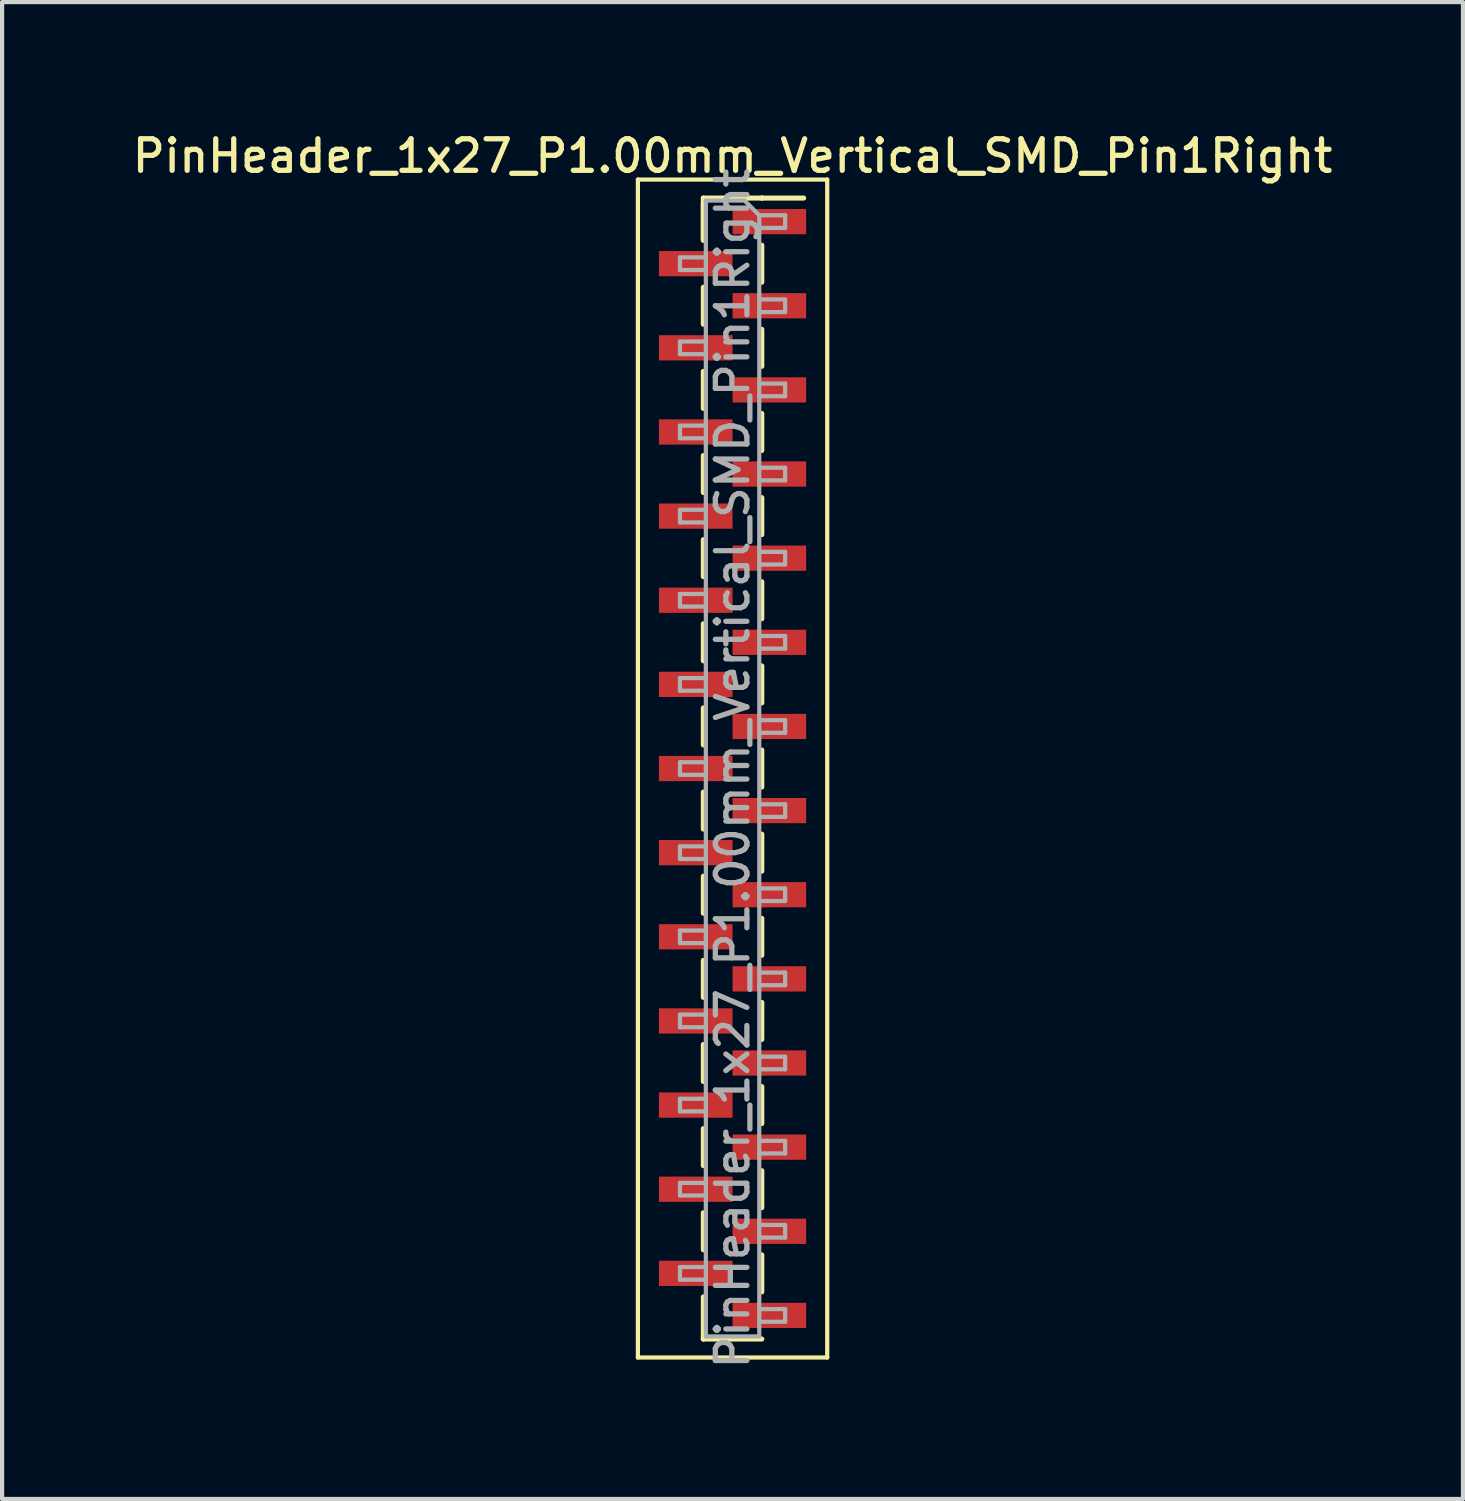
<source format=kicad_pcb>
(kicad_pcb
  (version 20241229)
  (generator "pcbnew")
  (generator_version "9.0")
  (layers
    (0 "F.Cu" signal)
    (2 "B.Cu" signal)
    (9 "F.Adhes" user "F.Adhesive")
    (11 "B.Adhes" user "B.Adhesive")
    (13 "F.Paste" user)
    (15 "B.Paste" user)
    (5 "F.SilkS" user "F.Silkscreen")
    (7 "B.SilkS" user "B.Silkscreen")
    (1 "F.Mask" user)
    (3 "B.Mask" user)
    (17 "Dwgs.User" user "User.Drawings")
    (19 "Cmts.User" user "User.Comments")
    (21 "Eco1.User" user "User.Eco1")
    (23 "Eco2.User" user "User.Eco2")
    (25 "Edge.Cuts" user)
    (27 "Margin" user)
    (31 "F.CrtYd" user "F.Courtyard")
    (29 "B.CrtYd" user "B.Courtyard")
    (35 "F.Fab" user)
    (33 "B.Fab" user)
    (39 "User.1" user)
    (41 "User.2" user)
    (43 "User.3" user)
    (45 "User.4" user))
  (footprint "PinHeader_1x27_P1.00mm_Vertical_SMD_Pin1Right"
    (layer "F.Cu")
    (at 14.363 15.218)
    (property "Reference" "PinHeader_1x27_P1.00mm_Vertical_SMD_Pin1Right" (at 0 -14.56 0) (layer "F.SilkS") (effects (font (size 0.75 0.75) (thickness 0.125))))
    (attr smd)
    (fp_line (start -2.25 -14) (end -2.25 14) (stroke (width 0.1) (type solid)) (layer "F.SilkS"))
    (fp_line (start -2.25 14) (end 2.25 14) (stroke (width 0.1) (type solid)) (layer "F.SilkS"))
    (fp_line (start -0.695 -13.56) (end -0.695 -12.56) (stroke (width 0.12) (type solid)) (layer "F.SilkS"))
    (fp_line (start -0.695 -13.56) (end 0.695 -13.56) (stroke (width 0.12) (type solid)) (layer "F.SilkS"))
    (fp_line (start -0.695 -13.44) (end -0.695 -12.56) (stroke (width 0.12) (type solid)) (layer "F.SilkS"))
    (fp_line (start -0.695 -11.44) (end -0.695 -10.56) (stroke (width 0.12) (type solid)) (layer "F.SilkS"))
    (fp_line (start -0.695 -9.44) (end -0.695 -8.56) (stroke (width 0.12) (type solid)) (layer "F.SilkS"))
    (fp_line (start -0.695 -7.44) (end -0.695 -6.56) (stroke (width 0.12) (type solid)) (layer "F.SilkS"))
    (fp_line (start -0.695 -5.44) (end -0.695 -4.56) (stroke (width 0.12) (type solid)) (layer "F.SilkS"))
    (fp_line (start -0.695 -3.44) (end -0.695 -2.56) (stroke (width 0.12) (type solid)) (layer "F.SilkS"))
    (fp_line (start -0.695 -1.44) (end -0.695 -0.56) (stroke (width 0.12) (type solid)) (layer "F.SilkS"))
    (fp_line (start -0.695 0.56) (end -0.695 1.44) (stroke (width 0.12) (type solid)) (layer "F.SilkS"))
    (fp_line (start -0.695 2.56) (end -0.695 3.44) (stroke (width 0.12) (type solid)) (layer "F.SilkS"))
    (fp_line (start -0.695 4.56) (end -0.695 5.44) (stroke (width 0.12) (type solid)) (layer "F.SilkS"))
    (fp_line (start -0.695 6.56) (end -0.695 7.44) (stroke (width 0.12) (type solid)) (layer "F.SilkS"))
    (fp_line (start -0.695 8.56) (end -0.695 9.44) (stroke (width 0.12) (type solid)) (layer "F.SilkS"))
    (fp_line (start -0.695 10.56) (end -0.695 11.44) (stroke (width 0.12) (type solid)) (layer "F.SilkS"))
    (fp_line (start -0.695 12.56) (end -0.695 13.56) (stroke (width 0.12) (type solid)) (layer "F.SilkS"))
    (fp_line (start -0.695 13.56) (end -0.695 13.56) (stroke (width 0.12) (type solid)) (layer "F.SilkS"))
    (fp_line (start -0.695 13.56) (end 0.695 13.56) (stroke (width 0.12) (type solid)) (layer "F.SilkS"))
    (fp_line (start 0.695 -13.56) (end 0.695 -13.56) (stroke (width 0.12) (type solid)) (layer "F.SilkS"))
    (fp_line (start 0.695 -13.56) (end 1.69 -13.56) (stroke (width 0.12) (type solid)) (layer "F.SilkS"))
    (fp_line (start 0.695 -12.44) (end 0.695 -11.56) (stroke (width 0.12) (type solid)) (layer "F.SilkS"))
    (fp_line (start 0.695 -10.44) (end 0.695 -9.56) (stroke (width 0.12) (type solid)) (layer "F.SilkS"))
    (fp_line (start 0.695 -8.44) (end 0.695 -7.56) (stroke (width 0.12) (type solid)) (layer "F.SilkS"))
    (fp_line (start 0.695 -6.44) (end 0.695 -5.56) (stroke (width 0.12) (type solid)) (layer "F.SilkS"))
    (fp_line (start 0.695 -4.44) (end 0.695 -3.56) (stroke (width 0.12) (type solid)) (layer "F.SilkS"))
    (fp_line (start 0.695 -2.44) (end 0.695 -1.56) (stroke (width 0.12) (type solid)) (layer "F.SilkS"))
    (fp_line (start 0.695 -0.44) (end 0.695 0.44) (stroke (width 0.12) (type solid)) (layer "F.SilkS"))
    (fp_line (start 0.695 1.56) (end 0.695 2.44) (stroke (width 0.12) (type solid)) (layer "F.SilkS"))
    (fp_line (start 0.695 3.56) (end 0.695 4.44) (stroke (width 0.12) (type solid)) (layer "F.SilkS"))
    (fp_line (start 0.695 5.56) (end 0.695 6.44) (stroke (width 0.12) (type solid)) (layer "F.SilkS"))
    (fp_line (start 0.695 7.56) (end 0.695 8.44) (stroke (width 0.12) (type solid)) (layer "F.SilkS"))
    (fp_line (start 0.695 9.56) (end 0.695 10.44) (stroke (width 0.12) (type solid)) (layer "F.SilkS"))
    (fp_line (start 0.695 11.56) (end 0.695 12.44) (stroke (width 0.12) (type solid)) (layer "F.SilkS"))
    (fp_line (start 2.25 -14) (end -2.25 -14) (stroke (width 0.1) (type solid)) (layer "F.SilkS"))
    (fp_line (start 2.25 14) (end 2.25 -14) (stroke (width 0.1) (type solid)) (layer "F.SilkS"))
    (fp_line (start -1.25 -12.15) (end -1.25 -11.85) (stroke (width 0.1) (type solid)) (layer "F.Fab"))
    (fp_line (start -1.25 -11.85) (end -0.635 -11.85) (stroke (width 0.1) (type solid)) (layer "F.Fab"))
    (fp_line (start -1.25 -10.15) (end -1.25 -9.85) (stroke (width 0.1) (type solid)) (layer "F.Fab"))
    (fp_line (start -1.25 -9.85) (end -0.635 -9.85) (stroke (width 0.1) (type solid)) (layer "F.Fab"))
    (fp_line (start -1.25 -8.15) (end -1.25 -7.85) (stroke (width 0.1) (type solid)) (layer "F.Fab"))
    (fp_line (start -1.25 -7.85) (end -0.635 -7.85) (stroke (width 0.1) (type solid)) (layer "F.Fab"))
    (fp_line (start -1.25 -6.15) (end -1.25 -5.85) (stroke (width 0.1) (type solid)) (layer "F.Fab"))
    (fp_line (start -1.25 -5.85) (end -0.635 -5.85) (stroke (width 0.1) (type solid)) (layer "F.Fab"))
    (fp_line (start -1.25 -4.15) (end -1.25 -3.85) (stroke (width 0.1) (type solid)) (layer "F.Fab"))
    (fp_line (start -1.25 -3.85) (end -0.635 -3.85) (stroke (width 0.1) (type solid)) (layer "F.Fab"))
    (fp_line (start -1.25 -2.15) (end -1.25 -1.85) (stroke (width 0.1) (type solid)) (layer "F.Fab"))
    (fp_line (start -1.25 -1.85) (end -0.635 -1.85) (stroke (width 0.1) (type solid)) (layer "F.Fab"))
    (fp_line (start -1.25 -0.15) (end -1.25 0.15) (stroke (width 0.1) (type solid)) (layer "F.Fab"))
    (fp_line (start -1.25 0.15) (end -0.635 0.15) (stroke (width 0.1) (type solid)) (layer "F.Fab"))
    (fp_line (start -1.25 1.85) (end -1.25 2.15) (stroke (width 0.1) (type solid)) (layer "F.Fab"))
    (fp_line (start -1.25 2.15) (end -0.635 2.15) (stroke (width 0.1) (type solid)) (layer "F.Fab"))
    (fp_line (start -1.25 3.85) (end -1.25 4.15) (stroke (width 0.1) (type solid)) (layer "F.Fab"))
    (fp_line (start -1.25 4.15) (end -0.635 4.15) (stroke (width 0.1) (type solid)) (layer "F.Fab"))
    (fp_line (start -1.25 5.85) (end -1.25 6.15) (stroke (width 0.1) (type solid)) (layer "F.Fab"))
    (fp_line (start -1.25 6.15) (end -0.635 6.15) (stroke (width 0.1) (type solid)) (layer "F.Fab"))
    (fp_line (start -1.25 7.85) (end -1.25 8.15) (stroke (width 0.1) (type solid)) (layer "F.Fab"))
    (fp_line (start -1.25 8.15) (end -0.635 8.15) (stroke (width 0.1) (type solid)) (layer "F.Fab"))
    (fp_line (start -1.25 9.85) (end -1.25 10.15) (stroke (width 0.1) (type solid)) (layer "F.Fab"))
    (fp_line (start -1.25 10.15) (end -0.635 10.15) (stroke (width 0.1) (type solid)) (layer "F.Fab"))
    (fp_line (start -1.25 11.85) (end -1.25 12.15) (stroke (width 0.1) (type solid)) (layer "F.Fab"))
    (fp_line (start -1.25 12.15) (end -0.635 12.15) (stroke (width 0.1) (type solid)) (layer "F.Fab"))
    (fp_line (start -0.635 -13.5) (end -0.635 13.5) (stroke (width 0.1) (type solid)) (layer "F.Fab"))
    (fp_line (start -0.635 -13.5) (end 0.285 -13.5) (stroke (width 0.1) (type solid)) (layer "F.Fab"))
    (fp_line (start -0.635 -12.15) (end -1.25 -12.15) (stroke (width 0.1) (type solid)) (layer "F.Fab"))
    (fp_line (start -0.635 -10.15) (end -1.25 -10.15) (stroke (width 0.1) (type solid)) (layer "F.Fab"))
    (fp_line (start -0.635 -8.15) (end -1.25 -8.15) (stroke (width 0.1) (type solid)) (layer "F.Fab"))
    (fp_line (start -0.635 -6.15) (end -1.25 -6.15) (stroke (width 0.1) (type solid)) (layer "F.Fab"))
    (fp_line (start -0.635 -4.15) (end -1.25 -4.15) (stroke (width 0.1) (type solid)) (layer "F.Fab"))
    (fp_line (start -0.635 -2.15) (end -1.25 -2.15) (stroke (width 0.1) (type solid)) (layer "F.Fab"))
    (fp_line (start -0.635 -0.15) (end -1.25 -0.15) (stroke (width 0.1) (type solid)) (layer "F.Fab"))
    (fp_line (start -0.635 1.85) (end -1.25 1.85) (stroke (width 0.1) (type solid)) (layer "F.Fab"))
    (fp_line (start -0.635 3.85) (end -1.25 3.85) (stroke (width 0.1) (type solid)) (layer "F.Fab"))
    (fp_line (start -0.635 5.85) (end -1.25 5.85) (stroke (width 0.1) (type solid)) (layer "F.Fab"))
    (fp_line (start -0.635 7.85) (end -1.25 7.85) (stroke (width 0.1) (type solid)) (layer "F.Fab"))
    (fp_line (start -0.635 9.85) (end -1.25 9.85) (stroke (width 0.1) (type solid)) (layer "F.Fab"))
    (fp_line (start -0.635 11.85) (end -1.25 11.85) (stroke (width 0.1) (type solid)) (layer "F.Fab"))
    (fp_line (start 0.635 -13.15) (end 0.285 -13.5) (stroke (width 0.1) (type solid)) (layer "F.Fab"))
    (fp_line (start 0.635 -13.15) (end 1.25 -13.15) (stroke (width 0.1) (type solid)) (layer "F.Fab"))
    (fp_line (start 0.635 -11.15) (end 1.25 -11.15) (stroke (width 0.1) (type solid)) (layer "F.Fab"))
    (fp_line (start 0.635 -9.15) (end 1.25 -9.15) (stroke (width 0.1) (type solid)) (layer "F.Fab"))
    (fp_line (start 0.635 -7.15) (end 1.25 -7.15) (stroke (width 0.1) (type solid)) (layer "F.Fab"))
    (fp_line (start 0.635 -5.15) (end 1.25 -5.15) (stroke (width 0.1) (type solid)) (layer "F.Fab"))
    (fp_line (start 0.635 -3.15) (end 1.25 -3.15) (stroke (width 0.1) (type solid)) (layer "F.Fab"))
    (fp_line (start 0.635 -1.15) (end 1.25 -1.15) (stroke (width 0.1) (type solid)) (layer "F.Fab"))
    (fp_line (start 0.635 0.85) (end 1.25 0.85) (stroke (width 0.1) (type solid)) (layer "F.Fab"))
    (fp_line (start 0.635 2.85) (end 1.25 2.85) (stroke (width 0.1) (type solid)) (layer "F.Fab"))
    (fp_line (start 0.635 4.85) (end 1.25 4.85) (stroke (width 0.1) (type solid)) (layer "F.Fab"))
    (fp_line (start 0.635 6.85) (end 1.25 6.85) (stroke (width 0.1) (type solid)) (layer "F.Fab"))
    (fp_line (start 0.635 8.85) (end 1.25 8.85) (stroke (width 0.1) (type solid)) (layer "F.Fab"))
    (fp_line (start 0.635 10.85) (end 1.25 10.85) (stroke (width 0.1) (type solid)) (layer "F.Fab"))
    (fp_line (start 0.635 12.85) (end 1.25 12.85) (stroke (width 0.1) (type solid)) (layer "F.Fab"))
    (fp_line (start 0.635 13.5) (end -0.635 13.5) (stroke (width 0.1) (type solid)) (layer "F.Fab"))
    (fp_line (start 0.635 13.5) (end 0.635 -13.15) (stroke (width 0.1) (type solid)) (layer "F.Fab"))
    (fp_line (start 1.25 -13.15) (end 1.25 -12.85) (stroke (width 0.1) (type solid)) (layer "F.Fab"))
    (fp_line (start 1.25 -12.85) (end 0.635 -12.85) (stroke (width 0.1) (type solid)) (layer "F.Fab"))
    (fp_line (start 1.25 -11.15) (end 1.25 -10.85) (stroke (width 0.1) (type solid)) (layer "F.Fab"))
    (fp_line (start 1.25 -10.85) (end 0.635 -10.85) (stroke (width 0.1) (type solid)) (layer "F.Fab"))
    (fp_line (start 1.25 -9.15) (end 1.25 -8.85) (stroke (width 0.1) (type solid)) (layer "F.Fab"))
    (fp_line (start 1.25 -8.85) (end 0.635 -8.85) (stroke (width 0.1) (type solid)) (layer "F.Fab"))
    (fp_line (start 1.25 -7.15) (end 1.25 -6.85) (stroke (width 0.1) (type solid)) (layer "F.Fab"))
    (fp_line (start 1.25 -6.85) (end 0.635 -6.85) (stroke (width 0.1) (type solid)) (layer "F.Fab"))
    (fp_line (start 1.25 -5.15) (end 1.25 -4.85) (stroke (width 0.1) (type solid)) (layer "F.Fab"))
    (fp_line (start 1.25 -4.85) (end 0.635 -4.85) (stroke (width 0.1) (type solid)) (layer "F.Fab"))
    (fp_line (start 1.25 -3.15) (end 1.25 -2.85) (stroke (width 0.1) (type solid)) (layer "F.Fab"))
    (fp_line (start 1.25 -2.85) (end 0.635 -2.85) (stroke (width 0.1) (type solid)) (layer "F.Fab"))
    (fp_line (start 1.25 -1.15) (end 1.25 -0.85) (stroke (width 0.1) (type solid)) (layer "F.Fab"))
    (fp_line (start 1.25 -0.85) (end 0.635 -0.85) (stroke (width 0.1) (type solid)) (layer "F.Fab"))
    (fp_line (start 1.25 0.85) (end 1.25 1.15) (stroke (width 0.1) (type solid)) (layer "F.Fab"))
    (fp_line (start 1.25 1.15) (end 0.635 1.15) (stroke (width 0.1) (type solid)) (layer "F.Fab"))
    (fp_line (start 1.25 2.85) (end 1.25 3.15) (stroke (width 0.1) (type solid)) (layer "F.Fab"))
    (fp_line (start 1.25 3.15) (end 0.635 3.15) (stroke (width 0.1) (type solid)) (layer "F.Fab"))
    (fp_line (start 1.25 4.85) (end 1.25 5.15) (stroke (width 0.1) (type solid)) (layer "F.Fab"))
    (fp_line (start 1.25 5.15) (end 0.635 5.15) (stroke (width 0.1) (type solid)) (layer "F.Fab"))
    (fp_line (start 1.25 6.85) (end 1.25 7.15) (stroke (width 0.1) (type solid)) (layer "F.Fab"))
    (fp_line (start 1.25 7.15) (end 0.635 7.15) (stroke (width 0.1) (type solid)) (layer "F.Fab"))
    (fp_line (start 1.25 8.85) (end 1.25 9.15) (stroke (width 0.1) (type solid)) (layer "F.Fab"))
    (fp_line (start 1.25 9.15) (end 0.635 9.15) (stroke (width 0.1) (type solid)) (layer "F.Fab"))
    (fp_line (start 1.25 10.85) (end 1.25 11.15) (stroke (width 0.1) (type solid)) (layer "F.Fab"))
    (fp_line (start 1.25 11.15) (end 0.635 11.15) (stroke (width 0.1) (type solid)) (layer "F.Fab"))
    (fp_line (start 1.25 12.85) (end 1.25 13.15) (stroke (width 0.1) (type solid)) (layer "F.Fab"))
    (fp_line (start 1.25 13.15) (end 0.635 13.15) (stroke (width 0.1) (type solid)) (layer "F.Fab"))
    (fp_text user "${REFERENCE}" (at 0 0 90) (layer "F.Fab") (effects (font (size 0.75 0.75) (thickness 0.125))))
    (pad "1" smd rect (at 0.875 -13) (size 1.75 0.6) (layers "F.Cu" "F.Mask" "F.Paste"))
    (pad "2" smd rect (at -0.875 -12) (size 1.75 0.6) (layers "F.Cu" "F.Mask" "F.Paste"))
    (pad "3" smd rect (at 0.875 -11) (size 1.75 0.6) (layers "F.Cu" "F.Mask" "F.Paste"))
    (pad "4" smd rect (at -0.875 -10) (size 1.75 0.6) (layers "F.Cu" "F.Mask" "F.Paste"))
    (pad "5" smd rect (at 0.875 -9) (size 1.75 0.6) (layers "F.Cu" "F.Mask" "F.Paste"))
    (pad "6" smd rect (at -0.875 -8) (size 1.75 0.6) (layers "F.Cu" "F.Mask" "F.Paste"))
    (pad "7" smd rect (at 0.875 -7) (size 1.75 0.6) (layers "F.Cu" "F.Mask" "F.Paste"))
    (pad "8" smd rect (at -0.875 -6) (size 1.75 0.6) (layers "F.Cu" "F.Mask" "F.Paste"))
    (pad "9" smd rect (at 0.875 -5) (size 1.75 0.6) (layers "F.Cu" "F.Mask" "F.Paste"))
    (pad "10" smd rect (at -0.875 -4) (size 1.75 0.6) (layers "F.Cu" "F.Mask" "F.Paste"))
    (pad "11" smd rect (at 0.875 -3) (size 1.75 0.6) (layers "F.Cu" "F.Mask" "F.Paste"))
    (pad "12" smd rect (at -0.875 -2) (size 1.75 0.6) (layers "F.Cu" "F.Mask" "F.Paste"))
    (pad "13" smd rect (at 0.875 -1) (size 1.75 0.6) (layers "F.Cu" "F.Mask" "F.Paste"))
    (pad "14" smd rect (at -0.875 0) (size 1.75 0.6) (layers "F.Cu" "F.Mask" "F.Paste"))
    (pad "15" smd rect (at 0.875 1) (size 1.75 0.6) (layers "F.Cu" "F.Mask" "F.Paste"))
    (pad "16" smd rect (at -0.875 2) (size 1.75 0.6) (layers "F.Cu" "F.Mask" "F.Paste"))
    (pad "17" smd rect (at 0.875 3) (size 1.75 0.6) (layers "F.Cu" "F.Mask" "F.Paste"))
    (pad "18" smd rect (at -0.875 4) (size 1.75 0.6) (layers "F.Cu" "F.Mask" "F.Paste"))
    (pad "19" smd rect (at 0.875 5) (size 1.75 0.6) (layers "F.Cu" "F.Mask" "F.Paste"))
    (pad "20" smd rect (at -0.875 6) (size 1.75 0.6) (layers "F.Cu" "F.Mask" "F.Paste"))
    (pad "21" smd rect (at 0.875 7) (size 1.75 0.6) (layers "F.Cu" "F.Mask" "F.Paste"))
    (pad "22" smd rect (at -0.875 8) (size 1.75 0.6) (layers "F.Cu" "F.Mask" "F.Paste"))
    (pad "23" smd rect (at 0.875 9) (size 1.75 0.6) (layers "F.Cu" "F.Mask" "F.Paste"))
    (pad "24" smd rect (at -0.875 10) (size 1.75 0.6) (layers "F.Cu" "F.Mask" "F.Paste"))
    (pad "25" smd rect (at 0.875 11) (size 1.75 0.6) (layers "F.Cu" "F.Mask" "F.Paste"))
    (pad "26" smd rect (at -0.875 12) (size 1.75 0.6) (layers "F.Cu" "F.Mask" "F.Paste"))
    (pad "27" smd rect (at 0.875 13) (size 1.75 0.6) (layers "F.Cu" "F.Mask" "F.Paste")))
  (gr_rect
    (start -3 -3)
    (end 31.725 32.581)
    (stroke (width 0.1) (type default))
    (fill no)
    (layer "Edge.Cuts")))
</source>
